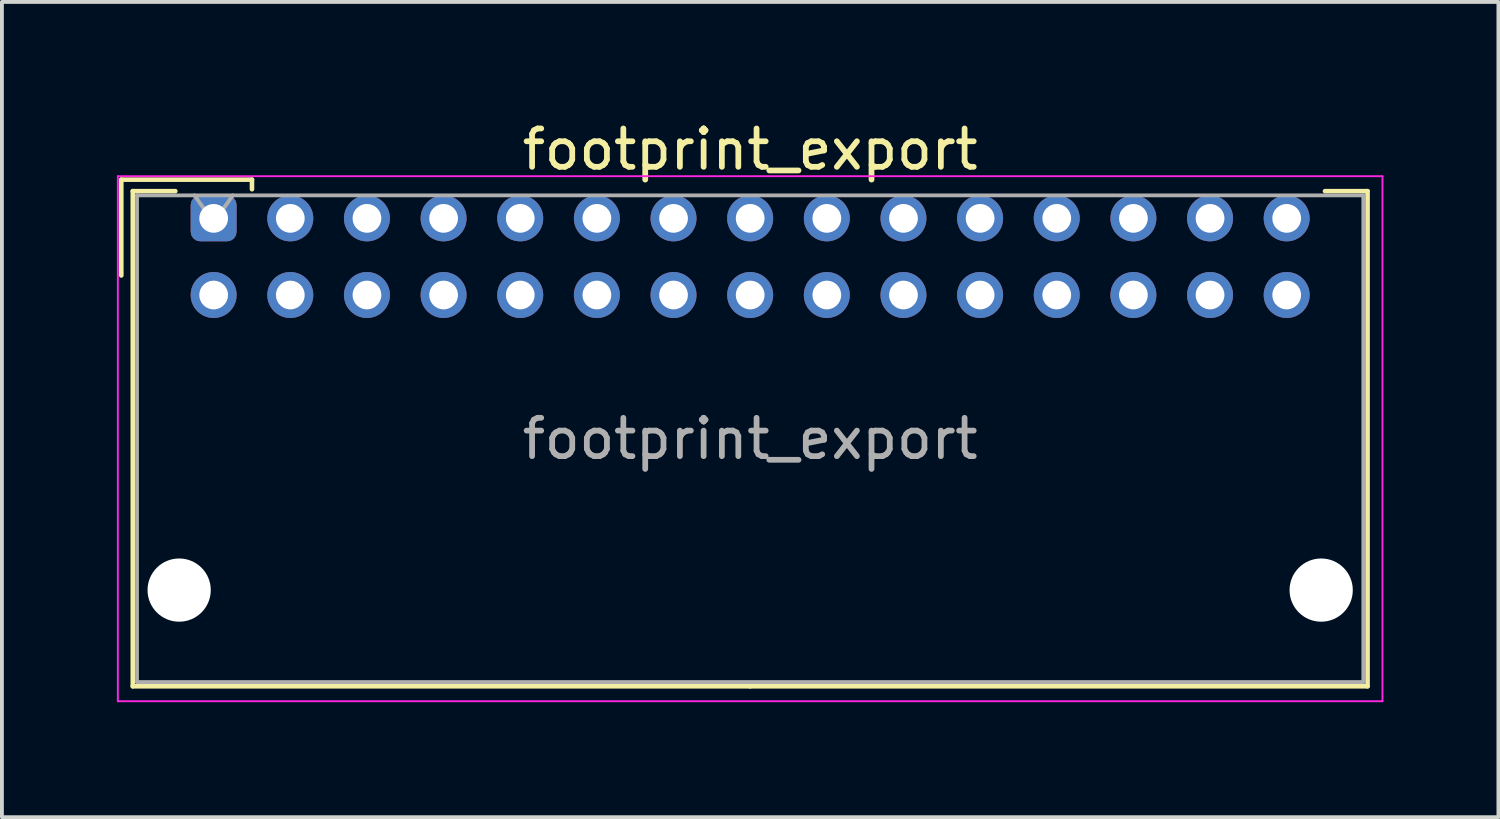
<source format=kicad_pcb>
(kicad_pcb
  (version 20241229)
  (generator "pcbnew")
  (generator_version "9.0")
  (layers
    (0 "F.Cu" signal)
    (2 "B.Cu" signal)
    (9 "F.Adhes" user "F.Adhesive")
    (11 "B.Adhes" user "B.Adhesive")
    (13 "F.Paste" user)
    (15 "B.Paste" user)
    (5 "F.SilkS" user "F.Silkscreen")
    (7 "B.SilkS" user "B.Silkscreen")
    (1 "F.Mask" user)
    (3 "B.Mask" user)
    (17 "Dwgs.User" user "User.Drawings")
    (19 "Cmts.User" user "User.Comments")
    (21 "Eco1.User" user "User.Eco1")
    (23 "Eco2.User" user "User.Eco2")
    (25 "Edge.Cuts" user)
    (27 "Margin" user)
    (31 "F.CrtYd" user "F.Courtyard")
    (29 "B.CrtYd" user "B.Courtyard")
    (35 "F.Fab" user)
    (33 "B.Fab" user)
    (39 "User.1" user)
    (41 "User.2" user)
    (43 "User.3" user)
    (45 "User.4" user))
  (footprint "footprint_export"
    (layer "F.Cu")
    (at 2.525 2.648)
    (property "Reference" "footprint_export" (at 14 -1.8 0) (layer "F.SilkS") (effects (font (size 1 1) (thickness 0.15))))
    (attr through_hole)
    (fp_line (start -2.41 -1.01) (end -2.41 1.49) (stroke (width 0.12) (type solid)) (layer "F.SilkS"))
    (fp_line (start -2.11 -0.71) (end -2.11 12.21) (stroke (width 0.12) (type solid)) (layer "F.SilkS"))
    (fp_line (start -2.11 12.21) (end 14 12.21) (stroke (width 0.12) (type solid)) (layer "F.SilkS"))
    (fp_line (start -1 -0.71) (end -2.11 -0.71) (stroke (width 0.12) (type solid)) (layer "F.SilkS"))
    (fp_line (start 1 -1.01) (end -2.41 -1.01) (stroke (width 0.12) (type solid)) (layer "F.SilkS"))
    (fp_line (start 1 -0.76) (end 1 -1.01) (stroke (width 0.12) (type solid)) (layer "F.SilkS"))
    (fp_line (start 29 -0.71) (end 30.11 -0.71) (stroke (width 0.12) (type solid)) (layer "F.SilkS"))
    (fp_line (start 30.11 -0.71) (end 30.11 12.21) (stroke (width 0.12) (type solid)) (layer "F.SilkS"))
    (fp_line (start 30.11 12.21) (end 14 12.21) (stroke (width 0.12) (type solid)) (layer "F.SilkS"))
    (fp_line (start -2.5 -1.1) (end -2.5 12.6) (stroke (width 0.05) (type solid)) (layer "F.CrtYd"))
    (fp_line (start -2.5 12.6) (end 30.5 12.6) (stroke (width 0.05) (type solid)) (layer "F.CrtYd"))
    (fp_line (start 30.5 -1.1) (end -2.5 -1.1) (stroke (width 0.05) (type solid)) (layer "F.CrtYd"))
    (fp_line (start 30.5 12.6) (end 30.5 -1.1) (stroke (width 0.05) (type solid)) (layer "F.CrtYd"))
    (fp_line (start -2 -0.6) (end -2 12.1) (stroke (width 0.1) (type solid)) (layer "F.Fab"))
    (fp_line (start -2 12.1) (end 30 12.1) (stroke (width 0.1) (type solid)) (layer "F.Fab"))
    (fp_line (start 0 0.107) (end -0.5 -0.6) (stroke (width 0.1) (type solid)) (layer "F.Fab"))
    (fp_line (start 0.5 -0.6) (end 0 0.107) (stroke (width 0.1) (type solid)) (layer "F.Fab"))
    (fp_line (start 30 -0.6) (end -2 -0.6) (stroke (width 0.1) (type solid)) (layer "F.Fab"))
    (fp_line (start 30 12.1) (end 30 -0.6) (stroke (width 0.1) (type solid)) (layer "F.Fab"))
    (fp_text user "${REFERENCE}" (at 14 5.75 0) (layer "F.Fab") (effects (font (size 1 1) (thickness 0.15))))
    (pad "" np_thru_hole circle (at -0.9 9.7) (size 1.65 1.65) (drill 1.65) (layers "*.Cu" "*.Mask"))
    (pad "" np_thru_hole circle (at 28.9 9.7) (size 1.65 1.65) (drill 1.65) (layers "*.Cu" "*.Mask"))
    (pad "1" thru_hole roundrect (at 0 0) (size 1.2 1.2) (drill 0.75) (layers "*.Cu" "*.Mask") (roundrect_rratio 0.208))
    (pad "2" thru_hole circle (at 0 2) (size 1.2 1.2) (drill 0.75) (layers "*.Cu" "*.Mask"))
    (pad "3" thru_hole circle (at 2 0) (size 1.2 1.2) (drill 0.75) (layers "*.Cu" "*.Mask"))
    (pad "4" thru_hole circle (at 2 2) (size 1.2 1.2) (drill 0.75) (layers "*.Cu" "*.Mask"))
    (pad "5" thru_hole circle (at 4 0) (size 1.2 1.2) (drill 0.75) (layers "*.Cu" "*.Mask"))
    (pad "6" thru_hole circle (at 4 2) (size 1.2 1.2) (drill 0.75) (layers "*.Cu" "*.Mask"))
    (pad "7" thru_hole circle (at 6 0) (size 1.2 1.2) (drill 0.75) (layers "*.Cu" "*.Mask"))
    (pad "8" thru_hole circle (at 6 2) (size 1.2 1.2) (drill 0.75) (layers "*.Cu" "*.Mask"))
    (pad "9" thru_hole circle (at 8 0) (size 1.2 1.2) (drill 0.75) (layers "*.Cu" "*.Mask"))
    (pad "10" thru_hole circle (at 8 2) (size 1.2 1.2) (drill 0.75) (layers "*.Cu" "*.Mask"))
    (pad "11" thru_hole circle (at 10 0) (size 1.2 1.2) (drill 0.75) (layers "*.Cu" "*.Mask"))
    (pad "12" thru_hole circle (at 10 2) (size 1.2 1.2) (drill 0.75) (layers "*.Cu" "*.Mask"))
    (pad "13" thru_hole circle (at 12 0) (size 1.2 1.2) (drill 0.75) (layers "*.Cu" "*.Mask"))
    (pad "14" thru_hole circle (at 12 2) (size 1.2 1.2) (drill 0.75) (layers "*.Cu" "*.Mask"))
    (pad "15" thru_hole circle (at 14 0) (size 1.2 1.2) (drill 0.75) (layers "*.Cu" "*.Mask"))
    (pad "16" thru_hole circle (at 14 2) (size 1.2 1.2) (drill 0.75) (layers "*.Cu" "*.Mask"))
    (pad "17" thru_hole circle (at 16 0) (size 1.2 1.2) (drill 0.75) (layers "*.Cu" "*.Mask"))
    (pad "18" thru_hole circle (at 16 2) (size 1.2 1.2) (drill 0.75) (layers "*.Cu" "*.Mask"))
    (pad "19" thru_hole circle (at 18 0) (size 1.2 1.2) (drill 0.75) (layers "*.Cu" "*.Mask"))
    (pad "20" thru_hole circle (at 18 2) (size 1.2 1.2) (drill 0.75) (layers "*.Cu" "*.Mask"))
    (pad "21" thru_hole circle (at 20 0) (size 1.2 1.2) (drill 0.75) (layers "*.Cu" "*.Mask"))
    (pad "22" thru_hole circle (at 20 2) (size 1.2 1.2) (drill 0.75) (layers "*.Cu" "*.Mask"))
    (pad "23" thru_hole circle (at 22 0) (size 1.2 1.2) (drill 0.75) (layers "*.Cu" "*.Mask"))
    (pad "24" thru_hole circle (at 22 2) (size 1.2 1.2) (drill 0.75) (layers "*.Cu" "*.Mask"))
    (pad "25" thru_hole circle (at 24 0) (size 1.2 1.2) (drill 0.75) (layers "*.Cu" "*.Mask"))
    (pad "26" thru_hole circle (at 24 2) (size 1.2 1.2) (drill 0.75) (layers "*.Cu" "*.Mask"))
    (pad "27" thru_hole circle (at 26 0) (size 1.2 1.2) (drill 0.75) (layers "*.Cu" "*.Mask"))
    (pad "28" thru_hole circle (at 26 2) (size 1.2 1.2) (drill 0.75) (layers "*.Cu" "*.Mask"))
    (pad "29" thru_hole circle (at 28 0) (size 1.2 1.2) (drill 0.75) (layers "*.Cu" "*.Mask"))
    (pad "30" thru_hole circle (at 28 2) (size 1.2 1.2) (drill 0.75) (layers "*.Cu" "*.Mask")))
  (gr_rect
    (start -3 -3)
    (end 36.05 18.273)
    (stroke (width 0.1) (type default))
    (fill no)
    (layer "Edge.Cuts")))
</source>
